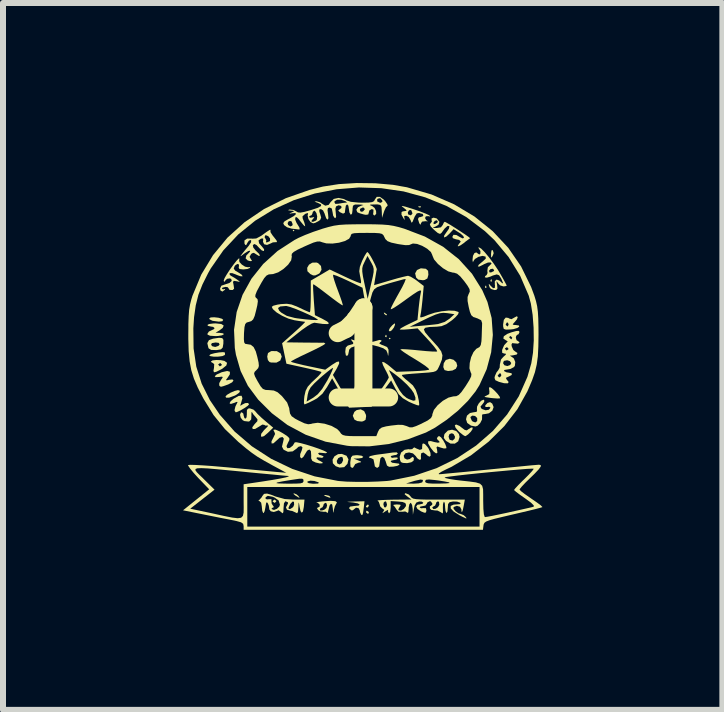
<source format=kicad_pcb>
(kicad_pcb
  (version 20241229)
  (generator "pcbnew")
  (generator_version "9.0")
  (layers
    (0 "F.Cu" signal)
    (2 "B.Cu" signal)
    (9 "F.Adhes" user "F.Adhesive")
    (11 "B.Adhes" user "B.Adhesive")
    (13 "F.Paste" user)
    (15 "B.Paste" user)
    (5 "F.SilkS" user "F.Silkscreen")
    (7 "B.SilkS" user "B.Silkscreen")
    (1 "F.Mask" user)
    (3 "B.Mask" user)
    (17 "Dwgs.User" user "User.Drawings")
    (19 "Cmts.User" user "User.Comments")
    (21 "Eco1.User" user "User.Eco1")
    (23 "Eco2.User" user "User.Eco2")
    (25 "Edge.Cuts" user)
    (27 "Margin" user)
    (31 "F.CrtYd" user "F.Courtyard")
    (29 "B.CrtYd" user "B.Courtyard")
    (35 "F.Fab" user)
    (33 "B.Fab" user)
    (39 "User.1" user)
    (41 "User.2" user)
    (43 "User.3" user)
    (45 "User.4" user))
  (footprint "1"
    (layer "F.Cu")
    (at 3.006 2.895)
    (property "Reference" "1" (at 0 0 0) (layer "F.SilkS") (effects (font (size 1.5 1.5) (thickness 0.3))))
    (attr board_only exclude_from_pos_files exclude_from_bom)
    (fp_poly (pts (xy -1.149 -2.103) (xy -1.164 -2.09) (xy -1.179 -2.103) (xy -1.164 -2.117)) (stroke (width 0) (type solid)) (fill yes) (layer "F.SilkS"))
    (fp_poly (pts (xy 0.454 -0.304) (xy 0.438 -0.291) (xy 0.423 -0.304) (xy 0.438 -0.318)) (stroke (width 0) (type solid)) (fill yes) (layer "F.SilkS"))
    (fp_poly (pts (xy 0.081 -0.388) (xy 0.076 -0.372) (xy 0.06 -0.37) (xy 0.036 -0.38) (xy 0.04 -0.388) (xy 0.076 -0.391)) (stroke (width 0) (type solid)) (fill yes) (layer "F.SilkS"))
    (fp_poly (pts (xy 0.383 -0.362) (xy 0.387 -0.33) (xy 0.383 -0.326) (xy 0.365 -0.33) (xy 0.363 -0.344) (xy 0.374 -0.366)) (stroke (width 0) (type solid)) (fill yes) (layer "F.SilkS"))
    (fp_poly (pts (xy 0.958 -2.505) (xy 0.953 -2.489) (xy 0.937 -2.487) (xy 0.912 -2.497) (xy 0.917 -2.505) (xy 0.953 -2.508)) (stroke (width 0) (type solid)) (fill yes) (layer "F.SilkS"))
    (fp_poly (pts (xy 2.046 -1.182) (xy 2.05 -1.15) (xy 2.046 -1.147) (xy 2.028 -1.15) (xy 2.026 -1.164) (xy 2.037 -1.186)) (stroke (width 0) (type solid)) (fill yes) (layer "F.SilkS"))
    (fp_poly (pts (xy 2.137 -1.288) (xy 2.14 -1.256) (xy 2.137 -1.252) (xy 2.119 -1.256) (xy 2.117 -1.27) (xy 2.128 -1.292)) (stroke (width 0) (type solid)) (fill yes) (layer "F.SilkS"))
    (fp_poly (pts (xy -1.114 2.294) (xy -1.089 2.315) (xy -1.062 2.349) (xy -1.079 2.346) (xy -1.132 2.314) (xy -1.165 2.286) (xy -1.159 2.275)) (stroke (width 0) (type solid)) (fill yes) (layer "F.SilkS"))
    (fp_poly (pts (xy -0.225 -0.379) (xy -0.23 -0.359) (xy -0.255 -0.321) (xy -0.271 -0.328) (xy -0.272 -0.342) (xy -0.25 -0.378) (xy -0.242 -0.383)) (stroke (width 0) (type solid)) (fill yes) (layer "F.SilkS"))
    (fp_poly (pts (xy 0.358 -0.73) (xy 0.39 -0.706) (xy 0.393 -0.7) (xy 0.379 -0.689) (xy 0.349 -0.713) (xy 0.345 -0.718) (xy 0.341 -0.737)) (stroke (width 0) (type solid)) (fill yes) (layer "F.SilkS"))
    (fp_poly (pts (xy -1.452 2.401) (xy -1.451 2.408) (xy -1.474 2.433) (xy -1.482 2.434) (xy -1.511 2.414) (xy -1.512 2.408) (xy -1.489 2.382) (xy -1.482 2.381)) (stroke (width 0) (type solid)) (fill yes) (layer "F.SilkS"))
    (fp_poly (pts (xy -0.575 2.316) (xy -0.559 2.328) (xy -0.548 2.349) (xy -0.565 2.348) (xy -0.62 2.328) (xy -0.658 2.311) (xy -0.641 2.304) (xy -0.629 2.304)) (stroke (width 0) (type solid)) (fill yes) (layer "F.SilkS"))
    (fp_poly (pts (xy -0.221 -0.724) (xy -0.227 -0.714) (xy -0.255 -0.689) (xy -0.261 -0.688) (xy -0.263 -0.705) (xy -0.257 -0.714) (xy -0.229 -0.74) (xy -0.223 -0.741)) (stroke (width 0) (type solid)) (fill yes) (layer "F.SilkS"))
    (fp_poly (pts (xy 0.089 2.586) (xy 0.091 2.593) (xy 0.08 2.619) (xy 0.077 2.619) (xy 0.052 2.601) (xy 0.045 2.593) (xy 0.048 2.569) (xy 0.059 2.566)) (stroke (width 0) (type solid)) (fill yes) (layer "F.SilkS"))
    (fp_poly (pts (xy 0.09 2.481) (xy 0.091 2.487) (xy 0.067 2.513) (xy 0.059 2.514) (xy 0.041 2.497) (xy 0.045 2.487) (xy 0.073 2.462) (xy 0.077 2.461)) (stroke (width 0) (type solid)) (fill yes) (layer "F.SilkS"))
    (fp_poly (pts (xy 2.157 -1.774) (xy 2.171 -1.726) (xy 2.157 -1.689) (xy 2.137 -1.653) (xy 2.128 -1.662) (xy 2.127 -1.715) (xy 2.134 -1.772) (xy 2.154 -1.777)) (stroke (width 0) (type solid)) (fill yes) (layer "F.SilkS"))
    (fp_poly (pts (xy 0.527 -0.535) (xy 0.509 -0.489) (xy 0.474 -0.442) (xy 0.441 -0.422) (xy 0.424 -0.436) (xy 0.424 -0.443) (xy 0.442 -0.48) (xy 0.48 -0.524) (xy 0.516 -0.553) (xy 0.524 -0.556)) (stroke (width 0) (type solid)) (fill yes) (layer "F.SilkS"))
    (fp_poly (pts (xy -2.415 -0.65) (xy -2.357 -0.633) (xy -2.336 -0.615) (xy -2.351 -0.592) (xy -2.41 -0.585) (xy -2.5 -0.597) (xy -2.517 -0.6) (xy -2.562 -0.623) (xy -2.57 -0.639) (xy -2.545 -0.655) (xy -2.486 -0.658)) (stroke (width 0) (type solid)) (fill yes) (layer "F.SilkS"))
    (fp_poly (pts (xy -0.365 -0.534) (xy -0.351 -0.509) (xy -0.325 -0.451) (xy -0.315 -0.43) (xy -0.315 -0.4) (xy -0.325 -0.397) (xy -0.357 -0.418) (xy -0.388 -0.464) (xy -0.417 -0.524) (xy -0.419 -0.55) (xy -0.397 -0.556)) (stroke (width 0) (type solid)) (fill yes) (layer "F.SilkS"))
    (fp_poly (pts (xy 1.041 -1.466) (xy 1.078 -1.432) (xy 1.083 -1.366) (xy 1.066 -1.305) (xy 1.022 -1.28) (xy 0.992 -1.275) (xy 0.915 -1.285) (xy 0.879 -1.319) (xy 0.862 -1.389) (xy 0.893 -1.445) (xy 0.957 -1.474)) (stroke (width 0) (type solid)) (fill yes) (layer "F.SilkS"))
    (fp_poly (pts (xy -2.308 -0.071) (xy -2.306 -0.039) (xy -2.312 -0.028) (xy -2.35 -0.011) (xy -2.418 -0.002) (xy -2.492 -0.001) (xy -2.551 -0.01) (xy -2.57 -0.024) (xy -2.544 -0.042) (xy -2.481 -0.059) (xy -2.405 -0.072) (xy -2.339 -0.077)) (stroke (width 0) (type solid)) (fill yes) (layer "F.SilkS"))
    (fp_poly (pts (xy -2.056 0.568) (xy -2.069 0.598) (xy -2.12 0.635) (xy -2.145 0.648) (xy -2.239 0.682) (xy -2.289 0.682) (xy -2.298 0.662) (xy -2.274 0.635) (xy -2.216 0.6) (xy -2.147 0.57) (xy -2.091 0.556) (xy -2.088 0.556)) (stroke (width 0) (type solid)) (fill yes) (layer "F.SilkS"))
    (fp_poly (pts (xy -1.442 -0.093) (xy -1.381 -0.056) (xy -1.361 -0.002) (xy -1.385 0.063) (xy -1.449 0.098) (xy -1.538 0.096) (xy -1.565 0.088) (xy -1.592 0.055) (xy -1.603 -0.002) (xy -1.59 -0.062) (xy -1.54 -0.092) (xy -1.527 -0.095)) (stroke (width 0) (type solid)) (fill yes) (layer "F.SilkS"))
    (fp_poly (pts (xy 0.012 0.905) (xy 0.043 0.969) (xy 0.045 0.995) (xy 0.035 1.052) (xy -0.007 1.076) (xy -0.033 1.08) (xy -0.106 1.071) (xy -0.149 1.048) (xy -0.177 0.983) (xy -0.151 0.919) (xy -0.113 0.889) (xy -0.045 0.876)) (stroke (width 0) (type solid)) (fill yes) (layer "F.SilkS"))
    (fp_poly (pts (xy -0.756 -1.561) (xy -0.707 -1.513) (xy -0.698 -1.449) (xy -0.73 -1.392) (xy -0.754 -1.377) (xy -0.805 -1.355) (xy -0.839 -1.356) (xy -0.884 -1.378) (xy -0.933 -1.425) (xy -0.937 -1.482) (xy -0.907 -1.534) (xy -0.852 -1.568) (xy -0.782 -1.57)) (stroke (width 0) (type solid)) (fill yes) (layer "F.SilkS"))
    (fp_poly (pts (xy 1.503 0.051) (xy 1.549 0.095) (xy 1.564 0.151) (xy 1.541 0.2) (xy 1.485 0.229) (xy 1.411 0.238) (xy 1.354 0.223) (xy 1.351 0.22) (xy 1.331 0.172) (xy 1.339 0.108) (xy 1.371 0.057) (xy 1.374 0.054) (xy 1.44 0.033)) (stroke (width 0) (type solid)) (fill yes) (layer "F.SilkS"))
    (fp_poly (pts (xy 1.6 1.152) (xy 1.631 1.176) (xy 1.688 1.219) (xy 1.723 1.227) (xy 1.753 1.205) (xy 1.796 1.179) (xy 1.82 1.18) (xy 1.819 1.206) (xy 1.79 1.249) (xy 1.746 1.293) (xy 1.705 1.321) (xy 1.694 1.323) (xy 1.663 1.306) (xy 1.608 1.262) (xy 1.59 1.246) (xy 1.536 1.184) (xy 1.523 1.142) (xy 1.546 1.129)) (stroke (width 0) (type solid)) (fill yes) (layer "F.SilkS"))
    (fp_poly (pts (xy 2.14 0.524) (xy 2.188 0.567) (xy 2.237 0.62) (xy 2.271 0.666) (xy 2.278 0.692) (xy 2.276 0.693) (xy 2.234 0.696) (xy 2.156 0.69) (xy 2.117 0.686) (xy 2.039 0.674) (xy 2.016 0.664) (xy 2.04 0.652) (xy 2.048 0.649) (xy 2.097 0.622) (xy 2.1 0.572) (xy 2.098 0.566) (xy 2.093 0.519) (xy 2.106 0.505)) (stroke (width 0) (type solid)) (fill yes) (layer "F.SilkS"))
    (fp_poly (pts (xy -0.03 1.649) (xy -0.002 1.668) (xy -0.023 1.687) (xy -0.083 1.695) (xy -0.166 1.697) (xy -0.091 1.726) (xy -0.039 1.748) (xy -0.041 1.758) (xy -0.083 1.766) (xy -0.136 1.788) (xy -0.151 1.814) (xy -0.173 1.848) (xy -0.19 1.852) (xy -0.215 1.832) (xy -0.219 1.767) (xy -0.217 1.746) (xy -0.206 1.678) (xy -0.181 1.648) (xy -0.127 1.641) (xy -0.103 1.64)) (stroke (width 0) (type solid)) (fill yes) (layer "F.SilkS"))
    (fp_poly (pts (xy -0.281 1.65) (xy -0.249 1.71) (xy -0.266 1.784) (xy -0.32 1.84) (xy -0.397 1.847) (xy -0.461 1.824) (xy -0.509 1.775) (xy -0.512 1.736) (xy -0.444 1.736) (xy -0.436 1.776) (xy -0.399 1.795) (xy -0.36 1.773) (xy -0.338 1.724) (xy -0.346 1.677) (xy -0.373 1.667) (xy -0.419 1.689) (xy -0.444 1.736) (xy -0.512 1.736) (xy -0.514 1.715) (xy -0.482 1.659) (xy -0.422 1.623) (xy -0.36 1.619)) (stroke (width 0) (type solid)) (fill yes) (layer "F.SilkS"))
    (fp_poly (pts (xy 1.546 1.237) (xy 1.592 1.288) (xy 1.603 1.336) (xy 1.58 1.409) (xy 1.524 1.448) (xy 1.451 1.447) (xy 1.376 1.402) (xy 1.339 1.352) (xy 1.343 1.33) (xy 1.419 1.33) (xy 1.433 1.376) (xy 1.442 1.385) (xy 1.485 1.397) (xy 1.519 1.368) (xy 1.527 1.334) (xy 1.503 1.288) (xy 1.474 1.275) (xy 1.435 1.288) (xy 1.419 1.33) (xy 1.343 1.33) (xy 1.347 1.299) (xy 1.355 1.283) (xy 1.408 1.23) (xy 1.478 1.216)) (stroke (width 0) (type solid)) (fill yes) (layer "F.SilkS"))
    (fp_poly (pts (xy -2.369 -0.546) (xy -2.328 -0.52) (xy -2.345 -0.48) (xy -2.396 -0.441) (xy -2.464 -0.4) (xy -2.396 -0.398) (xy -2.336 -0.39) (xy -2.326 -0.374) (xy -2.358 -0.357) (xy -2.423 -0.346) (xy -2.464 -0.344) (xy -2.556 -0.35) (xy -2.596 -0.368) (xy -2.6 -0.382) (xy -2.575 -0.42) (xy -2.54 -0.437) (xy -2.491 -0.46) (xy -2.48 -0.478) (xy -2.505 -0.498) (xy -2.54 -0.503) (xy -2.589 -0.514) (xy -2.6 -0.529) (xy -2.573 -0.545) (xy -2.505 -0.554) (xy -2.464 -0.556)) (stroke (width 0) (type solid)) (fill yes) (layer "F.SilkS"))
    (fp_poly (pts (xy 1.294 1.344) (xy 1.331 1.395) (xy 1.364 1.455) (xy 1.383 1.506) (xy 1.381 1.526) (xy 1.342 1.529) (xy 1.285 1.513) (xy 1.231 1.495) (xy 1.218 1.51) (xy 1.227 1.548) (xy 1.233 1.6) (xy 1.212 1.611) (xy 1.171 1.581) (xy 1.121 1.518) (xy 1.079 1.445) (xy 1.079 1.409) (xy 1.123 1.405) (xy 1.18 1.421) (xy 1.243 1.433) (xy 1.272 1.424) (xy 1.256 1.399) (xy 1.239 1.389) (xy 1.224 1.358) (xy 1.245 1.328) (xy 1.265 1.323)) (stroke (width 0) (type solid)) (fill yes) (layer "F.SilkS"))
    (fp_poly (pts (xy -2.353 -0.311) (xy -2.333 -0.282) (xy -2.334 -0.222) (xy -2.334 -0.218) (xy -2.345 -0.153) (xy -2.374 -0.123) (xy -2.44 -0.112) (xy -2.453 -0.111) (xy -2.537 -0.114) (xy -2.578 -0.139) (xy -2.582 -0.146) (xy -2.595 -0.199) (xy -2.538 -0.199) (xy -2.519 -0.175) (xy -2.469 -0.163) (xy -2.416 -0.181) (xy -2.396 -0.205) (xy -2.411 -0.231) (xy -2.462 -0.238) (xy -2.526 -0.227) (xy -2.538 -0.199) (xy -2.595 -0.199) (xy -2.601 -0.227) (xy -2.574 -0.277) (xy -2.506 -0.301) (xy -2.406 -0.316)) (stroke (width 0) (type solid)) (fill yes) (layer "F.SilkS"))
    (fp_poly (pts (xy -2.225 0.25) (xy -2.226 0.293) (xy -2.259 0.344) (xy -2.289 0.385) (xy -2.279 0.394) (xy -2.244 0.385) (xy -2.183 0.378) (xy -2.165 0.396) (xy -2.189 0.427) (xy -2.252 0.461) (xy -2.255 0.462) (xy -2.333 0.49) (xy -2.372 0.5) (xy -2.391 0.493) (xy -2.403 0.477) (xy -2.402 0.439) (xy -2.374 0.388) (xy -2.344 0.344) (xy -2.355 0.331) (xy -2.403 0.337) (xy -2.464 0.34) (xy -2.477 0.324) (xy -2.444 0.295) (xy -2.37 0.262) (xy -2.361 0.258) (xy -2.27 0.237)) (stroke (width 0) (type solid)) (fill yes) (layer "F.SilkS"))
    (fp_poly (pts (xy -2.375 0.057) (xy -2.316 0.069) (xy -2.272 0.101) (xy -2.284 0.145) (xy -2.349 0.198) (xy -2.37 0.21) (xy -2.45 0.25) (xy -2.49 0.259) (xy -2.499 0.234) (xy -2.49 0.185) (xy -2.487 0.132) (xy -2.419 0.132) (xy -2.396 0.158) (xy -2.389 0.159) (xy -2.359 0.139) (xy -2.359 0.132) (xy -2.382 0.107) (xy -2.389 0.106) (xy -2.418 0.126) (xy -2.419 0.132) (xy -2.487 0.132) (xy -2.486 0.125) (xy -2.506 0.106) (xy -2.538 0.088) (xy -2.54 0.079) (xy -2.514 0.061) (xy -2.451 0.054)) (stroke (width 0) (type solid)) (fill yes) (layer "F.SilkS"))
    (fp_poly (pts (xy -2.016 0.691) (xy -2.039 0.772) (xy -2.042 0.781) (xy -2.054 0.816) (xy -2.034 0.808) (xy -2.024 0.8) (xy -1.971 0.773) (xy -1.923 0.77) (xy -1.905 0.792) (xy -1.928 0.818) (xy -1.983 0.856) (xy -2.05 0.895) (xy -2.108 0.921) (xy -2.128 0.926) (xy -2.145 0.904) (xy -2.147 0.885) (xy -2.133 0.828) (xy -2.114 0.79) (xy -2.096 0.753) (xy -2.116 0.753) (xy -2.147 0.767) (xy -2.21 0.787) (xy -2.231 0.775) (xy -2.21 0.739) (xy -2.162 0.699) (xy -2.08 0.653) (xy -2.03 0.65)) (stroke (width 0) (type solid)) (fill yes) (layer "F.SilkS"))
    (fp_poly (pts (xy 0.007 2.507) (xy -0.004 2.59) (xy -0.013 2.63) (xy -0.026 2.638) (xy -0.038 2.63) (xy -0.057 2.589) (xy -0.06 2.562) (xy -0.081 2.523) (xy -0.123 2.515) (xy -0.157 2.542) (xy -0.158 2.545) (xy -0.188 2.562) (xy -0.206 2.556) (xy -0.241 2.523) (xy -0.221 2.497) (xy -0.153 2.487) (xy -0.151 2.487) (xy -0.08 2.48) (xy -0.062 2.463) (xy -0.093 2.444) (xy -0.169 2.429) (xy -0.189 2.427) (xy -0.255 2.421) (xy -0.269 2.418) (xy -0.227 2.415) (xy -0.15 2.412) (xy 0.018 2.408)) (stroke (width 0) (type solid)) (fill yes) (layer "F.SilkS"))
    (fp_poly (pts (xy 2.572 -0.661) (xy 2.558 -0.623) (xy 2.52 -0.578) (xy 2.488 -0.542) (xy 2.503 -0.53) (xy 2.538 -0.529) (xy 2.591 -0.521) (xy 2.597 -0.502) (xy 2.564 -0.479) (xy 2.5 -0.46) (xy 2.454 -0.455) (xy 2.375 -0.452) (xy 2.339 -0.464) (xy 2.329 -0.504) (xy 2.328 -0.537) (xy 2.371 -0.537) (xy 2.375 -0.527) (xy 2.404 -0.504) (xy 2.418 -0.531) (xy 2.419 -0.544) (xy 2.404 -0.571) (xy 2.388 -0.569) (xy 2.371 -0.537) (xy 2.328 -0.537) (xy 2.328 -0.539) (xy 2.34 -0.615) (xy 2.372 -0.653) (xy 2.416 -0.647) (xy 2.427 -0.638) (xy 2.468 -0.626) (xy 2.515 -0.653) (xy 2.557 -0.675)) (stroke (width 0) (type solid)) (fill yes) (layer "F.SilkS"))
    (fp_poly (pts (xy -0.188 -0.286) (xy -0.166 -0.278) (xy -0.067 -0.254) (xy 0.049 -0.244) (xy 0.154 -0.249) (xy 0.211 -0.264) (xy 0.266 -0.28) (xy 0.3 -0.275) (xy 0.298 -0.255) (xy 0.276 -0.24) (xy 0.265 -0.22) (xy 0.308 -0.197) (xy 0.33 -0.19) (xy 0.395 -0.162) (xy 0.418 -0.119) (xy 0.419 -0.074) (xy 0.415 -0.021) (xy 0.41 -0.018) (xy 0.402 -0.058) (xy 0.382 -0.106) (xy 0.332 -0.141) (xy 0.25 -0.17) (xy 0.13 -0.201) (xy 0.036 -0.209) (xy -0.062 -0.196) (xy -0.125 -0.181) (xy -0.204 -0.153) (xy -0.238 -0.117) (xy -0.242 -0.09) (xy -0.254 -0.036) (xy -0.272 -0.013) (xy -0.293 -0.024) (xy -0.302 -0.078) (xy -0.302 -0.088) (xy -0.294 -0.153) (xy -0.261 -0.186) (xy -0.224 -0.197) (xy -0.171 -0.213) (xy -0.17 -0.237) (xy -0.186 -0.257) (xy -0.21 -0.288)) (stroke (width 0) (type solid)) (fill yes) (layer "F.SilkS"))
    (fp_poly (pts (xy 0.575 1.611) (xy 0.549 1.635) (xy 0.514 1.64) (xy 0.465 1.652) (xy 0.454 1.669) (xy 0.477 1.685) (xy 0.514 1.68) (xy 0.563 1.678) (xy 0.575 1.692) (xy 0.549 1.714) (xy 0.514 1.72) (xy 0.465 1.731) (xy 0.454 1.746) (xy 0.479 1.766) (xy 0.529 1.773) (xy 0.591 1.781) (xy 0.601 1.799) (xy 0.563 1.819) (xy 0.499 1.831) (xy 0.427 1.834) (xy 0.393 1.813) (xy 0.375 1.757) (xy 0.375 1.754) (xy 0.347 1.686) (xy 0.312 1.667) (xy 0.283 1.694) (xy 0.272 1.759) (xy 0.262 1.828) (xy 0.231 1.852) (xy 0.227 1.852) (xy 0.191 1.828) (xy 0.181 1.773) (xy 0.168 1.71) (xy 0.136 1.693) (xy 0.096 1.681) (xy 0.091 1.67) (xy 0.118 1.654) (xy 0.187 1.638) (xy 0.246 1.629) (xy 0.356 1.615) (xy 0.454 1.601) (xy 0.488 1.596) (xy 0.554 1.593)) (stroke (width 0) (type solid)) (fill yes) (layer "F.SilkS"))
    (fp_poly (pts (xy -0.467 2.407) (xy -0.441 2.427) (xy -0.45 2.444) (xy -0.475 2.491) (xy -0.492 2.553) (xy -0.5 2.596) (xy -0.505 2.593) (xy -0.509 2.539) (xy -0.51 2.528) (xy -0.52 2.464) (xy -0.541 2.449) (xy -0.564 2.48) (xy -0.583 2.553) (xy -0.593 2.599) (xy -0.6 2.604) (xy -0.6 2.602) (xy -0.628 2.582) (xy -0.66 2.584) (xy -0.723 2.576) (xy -0.754 2.555) (xy -0.763 2.54) (xy -0.726 2.54) (xy -0.718 2.563) (xy -0.684 2.56) (xy -0.653 2.55) (xy -0.618 2.521) (xy -0.605 2.477) (xy -0.616 2.441) (xy -0.635 2.434) (xy -0.662 2.456) (xy -0.665 2.474) (xy -0.682 2.509) (xy -0.695 2.514) (xy -0.725 2.534) (xy -0.726 2.54) (xy -0.763 2.54) (xy -0.775 2.521) (xy -0.76 2.514) (xy -0.728 2.497) (xy -0.73 2.463) (xy -0.76 2.435) (xy -0.779 2.43) (xy -0.783 2.425) (xy -0.737 2.417) (xy -0.68 2.41) (xy -0.548 2.401)) (stroke (width 0) (type solid)) (fill yes) (layer "F.SilkS"))
    (fp_poly (pts (xy 1.025 1.455) (xy 1.067 1.502) (xy 1.087 1.532) (xy 1.117 1.601) (xy 1.12 1.649) (xy 1.1 1.666) (xy 1.062 1.643) (xy 1.046 1.626) (xy 0.999 1.595) (xy 0.963 1.609) (xy 0.957 1.658) (xy 0.959 1.667) (xy 0.959 1.71) (xy 0.933 1.717) (xy 0.895 1.689) (xy 0.872 1.655) (xy 0.826 1.611) (xy 0.761 1.595) (xy 0.702 1.607) (xy 0.671 1.648) (xy 0.684 1.692) (xy 0.727 1.714) (xy 0.775 1.704) (xy 0.788 1.691) (xy 0.82 1.669) (xy 0.841 1.687) (xy 0.836 1.732) (xy 0.836 1.732) (xy 0.797 1.759) (xy 0.728 1.773) (xy 0.658 1.769) (xy 0.625 1.755) (xy 0.61 1.718) (xy 0.605 1.663) (xy 0.628 1.596) (xy 0.685 1.551) (xy 0.755 1.54) (xy 0.771 1.544) (xy 0.815 1.539) (xy 0.825 1.526) (xy 0.847 1.51) (xy 0.886 1.53) (xy 0.94 1.552) (xy 0.978 1.538) (xy 0.979 1.497) (xy 0.979 1.497) (xy 0.983 1.455) (xy 0.995 1.444)) (stroke (width 0) (type solid)) (fill yes) (layer "F.SilkS"))
    (fp_poly (pts (xy -1.832 0.881) (xy -1.802 0.909) (xy -1.763 0.954) (xy -1.695 1.019) (xy -1.636 1.07) (xy -1.503 1.182) (xy -1.594 1.27) (xy -1.657 1.323) (xy -1.695 1.334) (xy -1.707 1.325) (xy -1.703 1.284) (xy -1.656 1.223) (xy -1.644 1.211) (xy -1.599 1.166) (xy -1.586 1.146) (xy -1.593 1.147) (xy -1.637 1.146) (xy -1.649 1.136) (xy -1.684 1.13) (xy -1.74 1.165) (xy -1.804 1.203) (xy -1.845 1.205) (xy -1.852 1.176) (xy -1.813 1.123) (xy -1.812 1.122) (xy -1.768 1.075) (xy -1.765 1.043) (xy -1.79 1.012) (xy -1.836 0.958) (xy -1.855 0.926) (xy -1.865 0.922) (xy -1.867 0.961) (xy -1.866 0.978) (xy -1.87 1.045) (xy -1.898 1.075) (xy -1.914 1.08) (xy -1.983 1.072) (xy -2.012 1.057) (xy -2.045 1.015) (xy -2.056 0.966) (xy -2.042 0.931) (xy -2.026 0.926) (xy -2.001 0.948) (xy -1.996 0.979) (xy -1.983 1.022) (xy -1.965 1.032) (xy -1.947 1.009) (xy -1.942 0.953) (xy -1.943 0.946) (xy -1.941 0.885) (xy -1.916 0.862) (xy -1.893 0.86)) (stroke (width 0) (type solid)) (fill yes) (layer "F.SilkS"))
    (fp_poly (pts (xy 2.013 0.721) (xy 2.013 0.752) (xy 1.985 0.79) (xy 1.951 0.83) (xy 1.962 0.858) (xy 1.979 0.872) (xy 2.036 0.892) (xy 2.09 0.883) (xy 2.117 0.851) (xy 2.117 0.848) (xy 2.095 0.833) (xy 2.071 0.837) (xy 2.033 0.837) (xy 2.031 0.81) (xy 2.067 0.771) (xy 2.067 0.77) (xy 2.111 0.756) (xy 2.147 0.781) (xy 2.17 0.839) (xy 2.148 0.899) (xy 2.092 0.942) (xy 2.038 0.953) (xy 1.983 0.96) (xy 1.975 0.987) (xy 1.978 0.996) (xy 1.976 1.047) (xy 1.946 1.106) (xy 1.901 1.151) (xy 1.867 1.162) (xy 1.804 1.15) (xy 1.791 1.147) (xy 1.73 1.103) (xy 1.71 1.042) (xy 1.717 1.013) (xy 1.784 1.013) (xy 1.804 1.061) (xy 1.82 1.079) (xy 1.865 1.095) (xy 1.896 1.072) (xy 1.896 1.024) (xy 1.895 1.02) (xy 1.861 0.987) (xy 1.815 0.981) (xy 1.786 1.002) (xy 1.784 1.013) (xy 1.717 1.013) (xy 1.726 0.981) (xy 1.776 0.938) (xy 1.833 0.926) (xy 1.887 0.918) (xy 1.895 0.888) (xy 1.891 0.877) (xy 1.894 0.831) (xy 1.922 0.778) (xy 1.961 0.734) (xy 1.999 0.716)) (stroke (width 0) (type solid)) (fill yes) (layer "F.SilkS"))
    (fp_poly (pts (xy 0.704 -2.5) (xy 0.807 -2.468) (xy 0.829 -2.461) (xy 0.943 -2.422) (xy 1.036 -2.386) (xy 1.093 -2.36) (xy 1.101 -2.354) (xy 1.114 -2.336) (xy 1.081 -2.343) (xy 1.04 -2.34) (xy 1.027 -2.311) (xy 1.047 -2.276) (xy 1.066 -2.264) (xy 1.072 -2.256) (xy 1.037 -2.259) (xy 0.978 -2.252) (xy 0.961 -2.226) (xy 0.95 -2.199) (xy 0.934 -2.22) (xy 0.929 -2.231) (xy 0.909 -2.295) (xy 0.925 -2.324) (xy 0.953 -2.328) (xy 0.993 -2.343) (xy 0.998 -2.355) (xy 0.988 -2.381) (xy 0.985 -2.381) (xy 0.95 -2.389) (xy 0.928 -2.396) (xy 0.889 -2.389) (xy 0.854 -2.335) (xy 0.844 -2.31) (xy 0.819 -2.249) (xy 0.804 -2.233) (xy 0.792 -2.258) (xy 0.787 -2.275) (xy 0.755 -2.329) (xy 0.717 -2.35) (xy 0.68 -2.345) (xy 0.683 -2.31) (xy 0.691 -2.279) (xy 0.675 -2.296) (xy 0.67 -2.303) (xy 0.634 -2.368) (xy 0.636 -2.407) (xy 0.74 -2.407) (xy 0.745 -2.373) (xy 0.748 -2.371) (xy 0.791 -2.356) (xy 0.816 -2.384) (xy 0.816 -2.393) (xy 0.8 -2.437) (xy 0.789 -2.446) (xy 0.76 -2.44) (xy 0.74 -2.407) (xy 0.636 -2.407) (xy 0.636 -2.412) (xy 0.658 -2.423) (xy 0.71 -2.43) (xy 0.718 -2.431) (xy 0.713 -2.448) (xy 0.671 -2.483) (xy 0.665 -2.487) (xy 0.638 -2.509) (xy 0.649 -2.513)) (stroke (width 0) (type solid)) (fill yes) (layer "F.SilkS"))
    (fp_poly (pts (xy -2.066 -1.624) (xy -2.071 -1.615) (xy -2.066 -1.579) (xy -2.026 -1.536) (xy -1.972 -1.501) (xy -1.921 -1.491) (xy -1.916 -1.493) (xy -1.887 -1.493) (xy -1.89 -1.481) (xy -1.931 -1.463) (xy -2.001 -1.455) (xy -2.065 -1.462) (xy -2.079 -1.485) (xy -2.076 -1.494) (xy -2.073 -1.537) (xy -2.101 -1.547) (xy -2.139 -1.52) (xy -2.146 -1.509) (xy -2.161 -1.469) (xy -2.137 -1.436) (xy -2.088 -1.407) (xy -2.032 -1.371) (xy -2.013 -1.344) (xy -2.015 -1.341) (xy -2.051 -1.342) (xy -2.114 -1.365) (xy -2.12 -1.369) (xy -2.185 -1.393) (xy -2.227 -1.394) (xy -2.229 -1.392) (xy -2.228 -1.365) (xy -2.207 -1.349) (xy -2.148 -1.315) (xy -2.102 -1.284) (xy -2.061 -1.253) (xy -2.07 -1.249) (xy -2.112 -1.258) (xy -2.16 -1.265) (xy -2.173 -1.245) (xy -2.163 -1.193) (xy -2.155 -1.134) (xy -2.179 -1.112) (xy -2.23 -1.114) (xy -2.246 -1.135) (xy -2.245 -1.14) (xy -2.264 -1.16) (xy -2.298 -1.164) (xy -2.347 -1.152) (xy -2.359 -1.136) (xy -2.339 -1.122) (xy -2.324 -1.127) (xy -2.303 -1.13) (xy -2.31 -1.115) (xy -2.35 -1.086) (xy -2.382 -1.104) (xy -2.389 -1.138) (xy -2.367 -1.184) (xy -2.3 -1.207) (xy -2.23 -1.231) (xy -2.194 -1.264) (xy -2.203 -1.296) (xy -2.224 -1.306) (xy -2.272 -1.299) (xy -2.296 -1.276) (xy -2.32 -1.246) (xy -2.327 -1.263) (xy -2.327 -1.273) (xy -2.313 -1.311) (xy -2.275 -1.376) (xy -2.223 -1.455) (xy -2.167 -1.533) (xy -2.116 -1.598) (xy -2.079 -1.636) (xy -2.07 -1.64)) (stroke (width 0) (type solid)) (fill yes) (layer "F.SilkS"))
    (fp_poly (pts (xy -1.463 1.215) (xy -1.4 1.242) (xy -1.345 1.273) (xy -1.269 1.323) (xy -1.235 1.356) (xy -1.234 1.388) (xy -1.256 1.431) (xy -1.282 1.49) (xy -1.269 1.521) (xy -1.265 1.524) (xy -1.225 1.519) (xy -1.177 1.481) (xy -1.143 1.426) (xy -1.113 1.425) (xy -1.043 1.44) (xy -0.947 1.466) (xy -0.841 1.499) (xy -0.74 1.534) (xy -0.658 1.566) (xy -0.611 1.59) (xy -0.605 1.597) (xy -0.63 1.608) (xy -0.68 1.603) (xy -0.738 1.599) (xy -0.756 1.613) (xy -0.731 1.637) (xy -0.711 1.64) (xy -0.67 1.656) (xy -0.665 1.669) (xy -0.689 1.685) (xy -0.726 1.68) (xy -0.775 1.676) (xy -0.782 1.695) (xy -0.747 1.725) (xy -0.72 1.738) (xy -0.678 1.762) (xy -0.684 1.776) (xy -0.728 1.778) (xy -0.794 1.763) (xy -0.851 1.736) (xy -0.871 1.694) (xy -0.87 1.645) (xy -0.875 1.572) (xy -0.9 1.545) (xy -0.937 1.565) (xy -0.967 1.613) (xy -1 1.668) (xy -1.03 1.693) (xy -1.032 1.693) (xy -1.055 1.672) (xy -1.053 1.622) (xy -1.028 1.561) (xy -1.015 1.511) (xy -1.039 1.489) (xy -1.083 1.501) (xy -1.113 1.53) (xy -1.178 1.577) (xy -1.258 1.584) (xy -1.328 1.55) (xy -1.332 1.546) (xy -1.357 1.498) (xy -1.342 1.434) (xy -1.34 1.428) (xy -1.326 1.364) (xy -1.349 1.337) (xy -1.395 1.349) (xy -1.448 1.397) (xy -1.499 1.443) (xy -1.53 1.445) (xy -1.532 1.409) (xy -1.502 1.35) (xy -1.472 1.287) (xy -1.482 1.257) (xy -1.499 1.225) (xy -1.495 1.215)) (stroke (width 0) (type solid)) (fill yes) (layer "F.SilkS"))
    (fp_poly (pts (xy 1.218 -2.306) (xy 1.226 -2.301) (xy 1.267 -2.248) (xy 1.25 -2.198) (xy 1.202 -2.17) (xy 1.159 -2.153) (xy 1.168 -2.147) (xy 1.22 -2.145) (xy 1.292 -2.157) (xy 1.322 -2.196) (xy 1.342 -2.239) (xy 1.357 -2.249) (xy 1.386 -2.234) (xy 1.448 -2.198) (xy 1.529 -2.147) (xy 1.615 -2.091) (xy 1.695 -2.038) (xy 1.753 -1.997) (xy 1.778 -1.976) (xy 1.778 -1.975) (xy 1.752 -1.956) (xy 1.697 -1.915) (xy 1.671 -1.893) (xy 1.612 -1.853) (xy 1.577 -1.84) (xy 1.572 -1.846) (xy 1.595 -1.886) (xy 1.603 -1.892) (xy 1.622 -1.921) (xy 1.595 -1.947) (xy 1.54 -1.958) (xy 1.492 -1.975) (xy 1.482 -1.998) (xy 1.5 -2.032) (xy 1.549 -2.029) (xy 1.605 -1.996) (xy 1.653 -1.972) (xy 1.676 -1.981) (xy 1.665 -2.011) (xy 1.617 -2.054) (xy 1.598 -2.066) (xy 1.503 -2.126) (xy 1.433 -2.05) (xy 1.383 -2.004) (xy 1.348 -1.989) (xy 1.343 -1.991) (xy 1.347 -2.021) (xy 1.381 -2.071) (xy 1.387 -2.079) (xy 1.425 -2.134) (xy 1.433 -2.174) (xy 1.431 -2.177) (xy 1.402 -2.18) (xy 1.354 -2.137) (xy 1.301 -2.064) (xy 1.277 -2.047) (xy 1.24 -2.062) (xy 1.179 -2.113) (xy 1.178 -2.114) (xy 1.12 -2.174) (xy 1.107 -2.21) (xy 1.119 -2.223) (xy 1.129 -2.237) (xy 1.169 -2.237) (xy 1.17 -2.21) (xy 1.196 -2.213) (xy 1.235 -2.239) (xy 1.24 -2.252) (xy 1.223 -2.275) (xy 1.19 -2.264) (xy 1.169 -2.237) (xy 1.129 -2.237) (xy 1.142 -2.256) (xy 1.137 -2.271) (xy 1.135 -2.304) (xy 1.169 -2.318)) (stroke (width 0) (type solid)) (fill yes) (layer "F.SilkS"))
    (fp_poly (pts (xy 1.962 -1.802) (xy 2.021 -1.743) (xy 2.092 -1.658) (xy 2.169 -1.556) (xy 2.241 -1.449) (xy 2.281 -1.382) (xy 2.332 -1.293) (xy 2.369 -1.225) (xy 2.388 -1.188) (xy 2.389 -1.185) (xy 2.364 -1.175) (xy 2.332 -1.172) (xy 2.276 -1.19) (xy 2.243 -1.226) (xy 2.223 -1.257) (xy 2.219 -1.245) (xy 2.228 -1.197) (xy 2.234 -1.138) (xy 2.216 -1.115) (xy 2.184 -1.111) (xy 2.126 -1.13) (xy 2.105 -1.153) (xy 2.088 -1.203) (xy 2.095 -1.212) (xy 2.119 -1.184) (xy 2.161 -1.143) (xy 2.19 -1.147) (xy 2.193 -1.192) (xy 2.19 -1.201) (xy 2.19 -1.26) (xy 2.22 -1.286) (xy 2.267 -1.269) (xy 2.284 -1.253) (xy 2.318 -1.221) (xy 2.325 -1.234) (xy 2.304 -1.286) (xy 2.293 -1.308) (xy 2.261 -1.358) (xy 2.222 -1.372) (xy 2.158 -1.354) (xy 2.115 -1.335) (xy 2.057 -1.318) (xy 2.024 -1.323) (xy 2.029 -1.344) (xy 2.053 -1.361) (xy 2.069 -1.395) (xy 2.065 -1.43) (xy 2.065 -1.433) (xy 2.093 -1.433) (xy 2.102 -1.406) (xy 2.13 -1.406) (xy 2.173 -1.427) (xy 2.179 -1.442) (xy 2.158 -1.467) (xy 2.119 -1.461) (xy 2.093 -1.433) (xy 2.065 -1.433) (xy 2.074 -1.492) (xy 2.102 -1.519) (xy 2.136 -1.552) (xy 2.121 -1.572) (xy 2.076 -1.57) (xy 2.009 -1.542) (xy 1.996 -1.534) (xy 1.932 -1.503) (xy 1.907 -1.505) (xy 1.923 -1.534) (xy 1.98 -1.582) (xy 1.986 -1.586) (xy 2.039 -1.635) (xy 2.036 -1.669) (xy 1.985 -1.681) (xy 1.917 -1.665) (xy 1.858 -1.629) (xy 1.835 -1.596) (xy 1.825 -1.574) (xy 1.819 -1.603) (xy 1.818 -1.614) (xy 1.826 -1.682) (xy 1.85 -1.727) (xy 1.881 -1.739) (xy 1.901 -1.724) (xy 1.931 -1.703) (xy 1.949 -1.718) (xy 1.95 -1.761) (xy 1.934 -1.787) (xy 1.915 -1.818) (xy 1.924 -1.824)) (stroke (width 0) (type solid)) (fill yes) (layer "F.SilkS"))
    (fp_poly (pts (xy -1.547 -2.104) (xy -1.551 -2.1) (xy -1.546 -2.071) (xy -1.511 -2.018) (xy -1.488 -1.99) (xy -1.446 -1.935) (xy -1.44 -1.91) (xy -1.452 -1.91) (xy -1.509 -1.906) (xy -1.545 -1.888) (xy -1.606 -1.863) (xy -1.655 -1.875) (xy -1.674 -1.917) (xy -1.671 -1.934) (xy -1.67 -1.971) (xy -1.705 -1.969) (xy -1.705 -1.969) (xy -1.748 -1.938) (xy -1.738 -1.89) (xy -1.691 -1.837) (xy -1.655 -1.791) (xy -1.657 -1.763) (xy -1.658 -1.762) (xy -1.692 -1.771) (xy -1.736 -1.812) (xy -1.736 -1.813) (xy -1.78 -1.86) (xy -1.815 -1.879) (xy -1.843 -1.861) (xy -1.835 -1.82) (xy -1.796 -1.77) (xy -1.784 -1.759) (xy -1.739 -1.715) (xy -1.724 -1.685) (xy -1.742 -1.68) (xy -1.78 -1.703) (xy -1.826 -1.732) (xy -1.858 -1.723) (xy -1.874 -1.707) (xy -1.897 -1.665) (xy -1.875 -1.627) (xy -1.856 -1.596) (xy -1.887 -1.593) (xy -1.928 -1.605) (xy -1.963 -1.639) (xy -1.951 -1.688) (xy -1.919 -1.72) (xy -1.889 -1.753) (xy -1.889 -1.768) (xy -1.92 -1.761) (xy -1.974 -1.727) (xy -1.987 -1.718) (xy -2.037 -1.68) (xy -2.049 -1.677) (xy -2.026 -1.708) (xy -2.025 -1.71) (xy -1.976 -1.771) (xy -1.917 -1.842) (xy -1.912 -1.848) (xy -1.872 -1.908) (xy -1.871 -1.942) (xy -1.874 -1.945) (xy -1.907 -1.936) (xy -1.932 -1.9) (xy -1.954 -1.859) (xy -1.97 -1.865) (xy -1.982 -1.888) (xy -1.982 -1.939) (xy -1.937 -1.969) (xy -1.859 -1.969) (xy -1.852 -1.967) (xy -1.786 -1.971) (xy -1.748 -1.991) (xy -1.647 -1.991) (xy -1.635 -1.973) (xy -1.617 -1.935) (xy -1.623 -1.922) (xy -1.62 -1.906) (xy -1.609 -1.905) (xy -1.564 -1.924) (xy -1.556 -1.933) (xy -1.556 -1.971) (xy -1.585 -2.009) (xy -1.625 -2.025) (xy -1.638 -2.021) (xy -1.647 -1.991) (xy -1.748 -1.991) (xy -1.705 -2.014) (xy -1.677 -2.034) (xy -1.61 -2.083) (xy -1.562 -2.113) (xy -1.551 -2.117)) (stroke (width 0) (type solid)) (fill yes) (layer "F.SilkS"))
    (fp_poly (pts (xy -1.522 2.305) (xy -1.467 2.328) (xy -1.312 2.371) (xy -1.165 2.381) (xy -0.982 2.381) (xy -0.993 2.503) (xy -1.007 2.577) (xy -1.027 2.599) (xy -1.048 2.572) (xy -1.065 2.495) (xy -1.066 2.487) (xy -1.074 2.436) (xy -1.079 2.431) (xy -1.082 2.476) (xy -1.084 2.512) (xy -1.09 2.583) (xy -1.104 2.608) (xy -1.125 2.598) (xy -1.186 2.57) (xy -1.214 2.566) (xy -1.274 2.549) (xy -1.285 2.523) (xy -1.251 2.523) (xy -1.239 2.537) (xy -1.215 2.535) (xy -1.171 2.505) (xy -1.155 2.467) (xy -1.157 2.418) (xy -1.18 2.413) (xy -1.217 2.452) (xy -1.23 2.476) (xy -1.251 2.523) (xy -1.285 2.523) (xy -1.291 2.509) (xy -1.273 2.477) (xy -1.255 2.439) (xy -1.26 2.425) (xy -1.3 2.408) (xy -1.324 2.442) (xy -1.331 2.52) (xy -1.334 2.587) (xy -1.344 2.609) (xy -1.366 2.594) (xy -1.372 2.587) (xy -1.413 2.558) (xy -1.444 2.571) (xy -1.493 2.587) (xy -1.544 2.575) (xy -1.569 2.542) (xy -1.569 2.534) (xy -1.576 2.484) (xy -1.59 2.447) (xy -1.608 2.423) (xy -1.621 2.439) (xy -1.632 2.501) (xy -1.633 2.509) (xy -1.646 2.574) (xy -1.663 2.605) (xy -1.671 2.604) (xy -1.686 2.566) (xy -1.693 2.501) (xy -1.693 2.496) (xy -1.704 2.432) (xy -1.73 2.407) (xy -1.731 2.407) (xy -1.751 2.399) (xy -1.736 2.387) (xy -1.713 2.362) (xy -1.633 2.362) (xy -1.609 2.377) (xy -1.575 2.374) (xy -1.532 2.374) (xy -1.533 2.398) (xy -1.529 2.447) (xy -1.512 2.474) (xy -1.49 2.506) (xy -1.51 2.514) (xy -1.531 2.53) (xy -1.527 2.54) (xy -1.49 2.553) (xy -1.441 2.534) (xy -1.402 2.497) (xy -1.391 2.466) (xy -1.413 2.394) (xy -1.483 2.345) (xy -1.517 2.332) (xy -1.594 2.318) (xy -1.629 2.341) (xy -1.633 2.362) (xy -1.713 2.362) (xy -1.699 2.347) (xy -1.685 2.322) (xy -1.656 2.285) (xy -1.605 2.28)) (stroke (width 0) (type solid)) (fill yes) (layer "F.SilkS"))
    (fp_poly (pts (xy 2.6 -0.415) (xy 2.6 -0.408) (xy 2.584 -0.374) (xy 2.57 -0.37) (xy 2.546 -0.348) (xy 2.54 -0.318) (xy 2.553 -0.275) (xy 2.57 -0.265) (xy 2.599 -0.244) (xy 2.6 -0.235) (xy 2.576 -0.218) (xy 2.529 -0.222) (xy 2.479 -0.227) (xy 2.467 -0.201) (xy 2.473 -0.169) (xy 2.498 -0.113) (xy 2.529 -0.088) (xy 2.568 -0.062) (xy 2.555 -0.037) (xy 2.494 -0.024) (xy 2.487 -0.023) (xy 2.441 -0.018) (xy 2.453 -0.009) (xy 2.457 -0.008) (xy 2.506 0.027) (xy 2.531 0.088) (xy 2.524 0.151) (xy 2.509 0.172) (xy 2.451 0.203) (xy 2.398 0.212) (xy 2.349 0.22) (xy 2.343 0.238) (xy 2.386 0.26) (xy 2.421 0.265) (xy 2.471 0.276) (xy 2.472 0.303) (xy 2.423 0.33) (xy 2.416 0.332) (xy 2.374 0.352) (xy 2.386 0.378) (xy 2.421 0.422) (xy 2.405 0.443) (xy 2.344 0.441) (xy 2.258 0.418) (xy 2.199 0.391) (xy 2.185 0.353) (xy 2.191 0.321) (xy 2.192 0.319) (xy 2.238 0.319) (xy 2.261 0.343) (xy 2.268 0.344) (xy 2.294 0.322) (xy 2.298 0.303) (xy 2.283 0.275) (xy 2.268 0.278) (xy 2.239 0.312) (xy 2.238 0.319) (xy 2.192 0.319) (xy 2.219 0.259) (xy 2.247 0.225) (xy 2.271 0.181) (xy 2.274 0.128) (xy 2.279 0.107) (xy 2.327 0.107) (xy 2.35 0.142) (xy 2.398 0.155) (xy 2.446 0.138) (xy 2.464 0.105) (xy 2.439 0.072) (xy 2.396 0.058) (xy 2.341 0.069) (xy 2.327 0.107) (xy 2.279 0.107) (xy 2.292 0.047) (xy 2.332 0.002) (xy 2.374 -0.036) (xy 2.372 -0.051) (xy 2.349 -0.053) (xy 2.314 -0.064) (xy 2.311 -0.105) (xy 2.316 -0.126) (xy 2.319 -0.132) (xy 2.359 -0.132) (xy 2.382 -0.107) (xy 2.389 -0.106) (xy 2.418 -0.126) (xy 2.419 -0.132) (xy 2.396 -0.158) (xy 2.389 -0.159) (xy 2.359 -0.139) (xy 2.359 -0.132) (xy 2.319 -0.132) (xy 2.345 -0.191) (xy 2.378 -0.228) (xy 2.405 -0.255) (xy 2.378 -0.273) (xy 2.375 -0.274) (xy 2.331 -0.304) (xy 2.337 -0.328) (xy 2.429 -0.328) (xy 2.434 -0.318) (xy 2.461 -0.292) (xy 2.466 -0.291) (xy 2.479 -0.312) (xy 2.48 -0.318) (xy 2.456 -0.343) (xy 2.448 -0.344) (xy 2.429 -0.328) (xy 2.337 -0.328) (xy 2.34 -0.342) (xy 2.4 -0.382) (xy 2.464 -0.406) (xy 2.547 -0.429) (xy 2.588 -0.431)) (stroke (width 0) (type solid)) (fill yes) (layer "F.SilkS"))
    (fp_poly (pts (xy 0.757 2.296) (xy 0.786 2.328) (xy 0.803 2.349) (xy 0.83 2.364) (xy 0.878 2.373) (xy 0.955 2.378) (xy 1.073 2.381) (xy 1.24 2.381) (xy 1.254 2.381) (xy 1.69 2.381) (xy 1.672 2.48) (xy 1.656 2.557) (xy 1.642 2.59) (xy 1.634 2.576) (xy 1.633 2.544) (xy 1.609 2.5) (xy 1.557 2.484) (xy 1.502 2.505) (xy 1.503 2.534) (xy 1.537 2.575) (xy 1.584 2.609) (xy 1.619 2.619) (xy 1.667 2.638) (xy 1.693 2.659) (xy 1.719 2.69) (xy 1.709 2.694) (xy 1.658 2.671) (xy 1.603 2.642) (xy 1.505 2.581) (xy 1.455 2.527) (xy 1.455 2.486) (xy 1.505 2.464) (xy 1.548 2.461) (xy 1.611 2.456) (xy 1.619 2.439) (xy 1.612 2.432) (xy 1.561 2.414) (xy 1.493 2.412) (xy 1.435 2.424) (xy 1.411 2.455) (xy 1.406 2.518) (xy 1.401 2.577) (xy 1.388 2.603) (xy 1.383 2.602) (xy 1.368 2.57) (xy 1.361 2.507) (xy 1.361 2.494) (xy 1.356 2.438) (xy 1.343 2.416) (xy 1.339 2.418) (xy 1.326 2.455) (xy 1.324 2.521) (xy 1.325 2.535) (xy 1.326 2.595) (xy 1.316 2.611) (xy 1.294 2.593) (xy 1.234 2.563) (xy 1.191 2.561) (xy 1.13 2.551) (xy 1.108 2.528) (xy 1.108 2.515) (xy 1.149 2.515) (xy 1.166 2.539) (xy 1.205 2.533) (xy 1.244 2.505) (xy 1.265 2.467) (xy 1.26 2.421) (xy 1.242 2.408) (xy 1.213 2.429) (xy 1.21 2.447) (xy 1.193 2.483) (xy 1.179 2.487) (xy 1.15 2.507) (xy 1.149 2.515) (xy 1.108 2.515) (xy 1.107 2.493) (xy 1.12 2.487) (xy 1.146 2.466) (xy 1.149 2.447) (xy 1.125 2.412) (xy 1.104 2.408) (xy 1.064 2.429) (xy 1.058 2.447) (xy 1.033 2.48) (xy 0.998 2.487) (xy 0.949 2.497) (xy 0.937 2.511) (xy 0.961 2.525) (xy 0.996 2.522) (xy 1.042 2.523) (xy 1.05 2.562) (xy 1.042 2.596) (xy 1.015 2.599) (xy 0.961 2.577) (xy 0.9 2.536) (xy 0.879 2.495) (xy 0.901 2.466) (xy 0.937 2.461) (xy 0.987 2.449) (xy 0.998 2.432) (xy 0.973 2.414) (xy 0.93 2.412) (xy 0.882 2.43) (xy 0.854 2.478) (xy 0.843 2.527) (xy 0.825 2.633) (xy 0.821 2.533) (xy 0.811 2.47) (xy 0.792 2.436) (xy 0.786 2.434) (xy 0.766 2.458) (xy 0.754 2.516) (xy 0.754 2.533) (xy 0.749 2.588) (xy 0.739 2.604) (xy 0.736 2.6) (xy 0.697 2.578) (xy 0.648 2.583) (xy 0.585 2.583) (xy 0.554 2.549) (xy 0.521 2.498) (xy 0.501 2.481) (xy 0.503 2.467) (xy 0.552 2.461) (xy 0.556 2.461) (xy 0.613 2.465) (xy 0.62 2.481) (xy 0.604 2.501) (xy 0.582 2.542) (xy 0.587 2.56) (xy 0.627 2.564) (xy 0.673 2.537) (xy 0.706 2.493) (xy 0.711 2.471) (xy 0.698 2.438) (xy 0.651 2.42) (xy 0.582 2.413) (xy 0.454 2.405) (xy 0.454 2.514) (xy 0.447 2.582) (xy 0.43 2.608) (xy 0.423 2.606) (xy 0.407 2.572) (xy 0.413 2.558) (xy 0.408 2.551) (xy 0.369 2.574) (xy 0.361 2.58) (xy 0.32 2.606) (xy 0.32 2.597) (xy 0.326 2.589) (xy 0.348 2.552) (xy 0.322 2.532) (xy 0.318 2.531) (xy 0.28 2.494) (xy 0.272 2.464) (xy 0.271 2.461) (xy 0.333 2.461) (xy 0.345 2.504) (xy 0.363 2.514) (xy 0.387 2.491) (xy 0.393 2.461) (xy 0.38 2.418) (xy 0.363 2.408) (xy 0.338 2.43) (xy 0.333 2.461) (xy 0.271 2.461) (xy 0.255 2.415) (xy 0.234 2.399) (xy 0.246 2.393) (xy 0.307 2.388) (xy 0.408 2.384) (xy 0.499 2.382) (xy 0.801 2.379) (xy 0.73 2.327) (xy 0.687 2.291) (xy 0.694 2.276) (xy 0.706 2.275)) (stroke (width 0) (type solid)) (fill yes) (layer "F.SilkS"))
    (fp_poly (pts (xy 0.276 -2.664) (xy 0.339 -2.619) (xy 0.363 -2.593) (xy 0.398 -2.542) (xy 0.404 -2.515) (xy 0.4 -2.514) (xy 0.376 -2.491) (xy 0.349 -2.434) (xy 0.342 -2.414) (xy 0.31 -2.315) (xy 0.306 -2.428) (xy 0.301 -2.498) (xy 0.282 -2.53) (xy 0.234 -2.539) (xy 0.189 -2.538) (xy 0.121 -2.536) (xy 0.107 -2.528) (xy 0.142 -2.513) (xy 0.144 -2.513) (xy 0.186 -2.48) (xy 0.211 -2.43) (xy 0.213 -2.382) (xy 0.189 -2.356) (xy 0.179 -2.355) (xy 0.161 -2.375) (xy 0.166 -2.408) (xy 0.168 -2.451) (xy 0.138 -2.461) (xy 0.099 -2.438) (xy 0.091 -2.407) (xy 0.081 -2.371) (xy 0.041 -2.365) (xy 0.008 -2.371) (xy -0.063 -2.391) (xy -0.102 -2.409) (xy -0.116 -2.445) (xy -0.06 -2.445) (xy -0.043 -2.416) (xy -0.007 -2.421) (xy 0.023 -2.456) (xy 0.01 -2.483) (xy -0.013 -2.487) (xy -0.054 -2.466) (xy -0.06 -2.445) (xy -0.116 -2.445) (xy -0.118 -2.45) (xy -0.09 -2.492) (xy -0.029 -2.52) (xy -0.025 -2.521) (xy 0.001 -2.529) (xy -0.033 -2.535) (xy -0.068 -2.536) (xy -0.142 -2.536) (xy -0.174 -2.517) (xy -0.181 -2.467) (xy -0.181 -2.446) (xy -0.189 -2.386) (xy -0.208 -2.366) (xy -0.212 -2.368) (xy -0.233 -2.404) (xy -0.242 -2.462) (xy -0.251 -2.517) (xy -0.272 -2.54) (xy -0.293 -2.517) (xy -0.302 -2.462) (xy -0.302 -2.461) (xy -0.31 -2.399) (xy -0.339 -2.385) (xy -0.393 -2.41) (xy -0.42 -2.437) (xy -0.401 -2.452) (xy -0.365 -2.481) (xy -0.37 -2.513) (xy -0.411 -2.524) (xy -0.42 -2.522) (xy -0.456 -2.505) (xy -0.467 -2.466) (xy -0.461 -2.401) (xy -0.455 -2.333) (xy -0.467 -2.309) (xy -0.479 -2.313) (xy -0.504 -2.35) (xy -0.514 -2.409) (xy -0.527 -2.47) (xy -0.562 -2.487) (xy -0.591 -2.478) (xy -0.598 -2.442) (xy -0.589 -2.378) (xy -0.583 -2.308) (xy -0.597 -2.284) (xy -0.62 -2.307) (xy -0.644 -2.375) (xy -0.645 -2.381) (xy -0.672 -2.438) (xy -0.708 -2.461) (xy -0.736 -2.452) (xy -0.734 -2.416) (xy -0.721 -2.38) (xy -0.704 -2.319) (xy -0.72 -2.281) (xy -0.745 -2.262) (xy -0.804 -2.231) (xy -0.838 -2.223) (xy -0.882 -2.245) (xy -0.917 -2.295) (xy -0.924 -2.329) (xy -0.907 -2.329) (xy -0.884 -2.316) (xy -0.854 -2.321) (xy -0.819 -2.329) (xy -0.829 -2.309) (xy -0.843 -2.294) (xy -0.869 -2.259) (xy -0.85 -2.249) (xy -0.838 -2.249) (xy -0.788 -2.27) (xy -0.776 -2.286) (xy -0.77 -2.338) (xy -0.783 -2.394) (xy -0.809 -2.431) (xy -0.82 -2.434) (xy -0.844 -2.413) (xy -0.847 -2.394) (xy -0.863 -2.359) (xy -0.877 -2.355) (xy -0.906 -2.335) (xy -0.907 -2.329) (xy -0.924 -2.329) (xy -0.93 -2.352) (xy -0.925 -2.371) (xy -0.922 -2.395) (xy -0.955 -2.387) (xy -0.971 -2.38) (xy -1.015 -2.34) (xy -1.012 -2.306) (xy -0.987 -2.242) (xy -0.977 -2.209) (xy -0.97 -2.173) (xy -0.988 -2.184) (xy -1.003 -2.2) (xy -1.054 -2.262) (xy -1.077 -2.293) (xy -1.113 -2.327) (xy -1.135 -2.321) (xy -1.137 -2.285) (xy -1.114 -2.23) (xy -1.11 -2.224) (xy -1.068 -2.156) (xy -1.061 -2.124) (xy -1.081 -2.121) (xy -1.125 -2.127) (xy -1.196 -2.135) (xy -1.273 -2.158) (xy -1.322 -2.194) (xy -1.336 -2.227) (xy -1.335 -2.228) (xy -1.263 -2.228) (xy -1.255 -2.196) (xy -1.216 -2.171) (xy -1.185 -2.186) (xy -1.179 -2.208) (xy -1.196 -2.252) (xy -1.207 -2.261) (xy -1.243 -2.259) (xy -1.263 -2.228) (xy -1.335 -2.228) (xy -1.315 -2.256) (xy -1.25 -2.294) (xy -1.237 -2.3) (xy -1.157 -2.346) (xy -1.122 -2.379) (xy -1.136 -2.395) (xy -1.187 -2.391) (xy -1.233 -2.385) (xy -1.222 -2.394) (xy -1.194 -2.405) (xy -1.155 -2.424) (xy -1.17 -2.432) (xy -1.21 -2.435) (xy -1.255 -2.441) (xy -1.242 -2.45) (xy -1.23 -2.453) (xy -1.165 -2.446) (xy -1.124 -2.425) (xy -1.091 -2.406) (xy -1.05 -2.402) (xy -0.984 -2.414) (xy -0.878 -2.443) (xy -0.869 -2.446) (xy -0.759 -2.482) (xy -0.705 -2.512) (xy -0.706 -2.538) (xy -0.758 -2.564) (xy -0.786 -2.574) (xy -0.814 -2.586) (xy -0.783 -2.591) (xy -0.782 -2.591) (xy -0.723 -2.574) (xy -0.695 -2.553) (xy -0.635 -2.517) (xy -0.579 -2.531) (xy -0.547 -2.577) (xy -0.484 -2.577) (xy -0.468 -2.547) (xy -0.416 -2.55) (xy -0.341 -2.563) (xy -0.302 -2.567) (xy -0.272 -2.571) (xy -0.295 -2.589) (xy -0.302 -2.593) (xy -0.372 -2.617) (xy -0.439 -2.616) (xy -0.48 -2.592) (xy -0.484 -2.577) (xy -0.547 -2.577) (xy -0.544 -2.58) (xy -0.494 -2.63) (xy -0.415 -2.647) (xy -0.325 -2.628) (xy -0.285 -2.607) (xy -0.21 -2.582) (xy -0.085 -2.569) (xy -0.026 -2.567) (xy 0.083 -2.569) (xy 0.146 -2.577) (xy 0.178 -2.594) (xy 0.19 -2.619) (xy 0.193 -2.623) (xy 0.229 -2.623) (xy 0.23 -2.588) (xy 0.275 -2.567) (xy 0.291 -2.566) (xy 0.317 -2.585) (xy 0.313 -2.606) (xy 0.279 -2.643) (xy 0.239 -2.634) (xy 0.229 -2.623) (xy 0.193 -2.623) (xy 0.223 -2.665)) (stroke (width 0) (type solid)) (fill yes) (layer "F.SilkS"))
    (fp_poly (pts (xy 0.178 -2.207) (xy 0.311 -2.203) (xy 0.415 -2.195) (xy 0.503 -2.181) (xy 0.592 -2.16) (xy 0.68 -2.134) (xy 1.024 -2.003) (xy 1.328 -1.833) (xy 1.59 -1.626) (xy 1.809 -1.384) (xy 1.981 -1.109) (xy 2.067 -0.913) (xy 2.137 -0.646) (xy 2.157 -0.363) (xy 2.129 -0.074) (xy 2.054 0.208) (xy 1.934 0.473) (xy 1.869 0.577) (xy 1.743 0.734) (xy 1.578 0.897) (xy 1.389 1.05) (xy 1.195 1.181) (xy 1.042 1.263) (xy 0.738 1.377) (xy 0.419 1.455) (xy 0.099 1.493) (xy -0.206 1.49) (xy -0.272 1.483) (xy -0.632 1.415) (xy -0.963 1.299) (xy -1.266 1.137) (xy -1.527 0.94) (xy -1.753 0.715) (xy -1.925 0.484) (xy -2.046 0.238) (xy -2.124 -0.032) (xy -2.143 -0.146) (xy -2.149 -0.294) (xy -1.992 -0.294) (xy -1.987 -0.24) (xy -1.971 -0.216) (xy -1.944 -0.211) (xy -1.877 -0.2) (xy -1.83 -0.162) (xy -1.793 -0.088) (xy -1.768 0.003) (xy -1.747 0.096) (xy -1.742 0.153) (xy -1.753 0.189) (xy -1.781 0.22) (xy -1.783 0.222) (xy -1.813 0.252) (xy -1.822 0.282) (xy -1.807 0.327) (xy -1.767 0.402) (xy -1.76 0.414) (xy -1.713 0.493) (xy -1.675 0.536) (xy -1.63 0.553) (xy -1.568 0.556) (xy -1.493 0.563) (xy -1.431 0.591) (xy -1.362 0.652) (xy -1.35 0.665) (xy -1.271 0.763) (xy -1.236 0.859) (xy -1.234 0.881) (xy -1.223 0.946) (xy -1.196 0.991) (xy -1.138 1.032) (xy -1.076 1.065) (xy -0.983 1.109) (xy -0.921 1.125) (xy -0.87 1.119) (xy -0.854 1.113) (xy -0.761 1.1) (xy -0.646 1.116) (xy -0.53 1.153) (xy -0.436 1.206) (xy -0.397 1.246) (xy -0.372 1.282) (xy -0.343 1.304) (xy -0.297 1.316) (xy -0.221 1.322) (xy -0.101 1.323) (xy -0.066 1.323) (xy 0.215 1.323) (xy 0.244 1.248) (xy 0.268 1.206) (xy 0.307 1.179) (xy 0.378 1.16) (xy 0.461 1.147) (xy 0.577 1.134) (xy 0.656 1.136) (xy 0.716 1.154) (xy 0.724 1.157) (xy 0.771 1.176) (xy 0.816 1.176) (xy 0.877 1.156) (xy 0.973 1.113) (xy 0.975 1.111) (xy 1.073 1.061) (xy 1.126 1.021) (xy 1.147 0.981) (xy 1.149 0.958) (xy 1.174 0.887) (xy 1.238 0.807) (xy 1.324 0.734) (xy 1.417 0.681) (xy 1.497 0.661) (xy 1.548 0.657) (xy 1.589 0.636) (xy 1.633 0.589) (xy 1.691 0.507) (xy 1.706 0.485) (xy 1.765 0.39) (xy 1.795 0.329) (xy 1.8 0.287) (xy 1.787 0.258) (xy 1.767 0.193) (xy 1.772 0.103) (xy 1.795 0.007) (xy 1.834 -0.077) (xy 1.881 -0.132) (xy 1.894 -0.139) (xy 1.934 -0.161) (xy 1.956 -0.196) (xy 1.967 -0.259) (xy 1.971 -0.335) (xy 1.974 -0.434) (xy 1.977 -0.518) (xy 1.978 -0.561) (xy 1.962 -0.609) (xy 1.901 -0.639) (xy 1.886 -0.644) (xy 1.832 -0.662) (xy 1.798 -0.692) (xy 1.775 -0.747) (xy 1.755 -0.828) (xy 1.736 -0.929) (xy 1.736 -0.996) (xy 1.754 -1.046) (xy 1.756 -1.049) (xy 1.773 -1.087) (xy 1.768 -1.127) (xy 1.736 -1.183) (xy 1.683 -1.256) (xy 1.614 -1.339) (xy 1.561 -1.384) (xy 1.51 -1.401) (xy 1.49 -1.402) (xy 1.414 -1.423) (xy 1.325 -1.476) (xy 1.241 -1.547) (xy 1.177 -1.622) (xy 1.149 -1.688) (xy 1.149 -1.692) (xy 1.125 -1.745) (xy 1.063 -1.8) (xy 0.98 -1.848) (xy 0.895 -1.88) (xy 0.825 -1.887) (xy 0.799 -1.877) (xy 0.76 -1.861) (xy 0.696 -1.86) (xy 0.593 -1.875) (xy 0.57 -1.879) (xy 0.464 -1.902) (xy 0.401 -1.927) (xy 0.366 -1.961) (xy 0.352 -1.989) (xy 0.334 -2.025) (xy 0.31 -2.047) (xy 0.267 -2.058) (xy 0.191 -2.063) (xy 0.068 -2.064) (xy 0.054 -2.064) (xy -0.074 -2.063) (xy -0.152 -2.059) (xy -0.193 -2.049) (xy -0.209 -2.03) (xy -0.212 -2.01) (xy -0.239 -1.966) (xy -0.31 -1.928) (xy -0.408 -1.9) (xy -0.516 -1.886) (xy -0.617 -1.889) (xy -0.684 -1.907) (xy -0.725 -1.921) (xy -0.771 -1.92) (xy -0.834 -1.902) (xy -0.93 -1.861) (xy -0.984 -1.837) (xy -1.095 -1.785) (xy -1.161 -1.747) (xy -1.192 -1.717) (xy -1.197 -1.687) (xy -1.193 -1.669) (xy -1.204 -1.607) (xy -1.254 -1.535) (xy -1.331 -1.464) (xy -1.419 -1.407) (xy -1.505 -1.378) (xy -1.527 -1.376) (xy -1.577 -1.372) (xy -1.615 -1.353) (xy -1.653 -1.31) (xy -1.7 -1.233) (xy -1.724 -1.189) (xy -1.776 -1.092) (xy -1.8 -1.03) (xy -1.801 -0.996) (xy -1.786 -0.98) (xy -1.765 -0.96) (xy -1.759 -0.924) (xy -1.768 -0.859) (xy -1.787 -0.777) (xy -1.812 -0.68) (xy -1.837 -0.623) (xy -1.868 -0.594) (xy -1.905 -0.582) (xy -1.946 -0.57) (xy -1.969 -0.545) (xy -1.982 -0.494) (xy -1.989 -0.405) (xy -1.99 -0.389) (xy -1.992 -0.294) (xy -2.149 -0.294) (xy -2.156 -0.449) (xy -2.112 -0.746) (xy -2.014 -1.032) (xy -1.866 -1.3) (xy -1.67 -1.546) (xy -1.43 -1.763) (xy -1.149 -1.945) (xy -1.081 -1.981) (xy -0.972 -2.029) (xy -0.834 -2.082) (xy -0.694 -2.129) (xy -0.68 -2.134) (xy -0.579 -2.163) (xy -0.491 -2.184) (xy -0.401 -2.197) (xy -0.294 -2.204) (xy -0.156 -2.207) (xy 0 -2.208)) (stroke (width 0) (type solid)) (fill yes) (layer "F.SilkS"))
    (fp_poly (pts (xy 0.197 -2.891) (xy 0.493 -2.865) (xy 0.726 -2.824) (xy 1.135 -2.704) (xy 1.512 -2.54) (xy 1.852 -2.336) (xy 2.154 -2.093) (xy 2.414 -1.815) (xy 2.628 -1.504) (xy 2.795 -1.162) (xy 2.849 -1.016) (xy 2.876 -0.927) (xy 2.895 -0.843) (xy 2.907 -0.751) (xy 2.914 -0.639) (xy 2.917 -0.495) (xy 2.918 -0.37) (xy 2.915 -0.169) (xy 2.907 -0.007) (xy 2.888 0.131) (xy 2.858 0.259) (xy 2.812 0.39) (xy 2.749 0.539) (xy 2.732 0.578) (xy 2.566 0.874) (xy 2.348 1.156) (xy 2.087 1.415) (xy 1.791 1.644) (xy 1.469 1.834) (xy 1.378 1.877) (xy 1.299 1.917) (xy 1.256 1.946) (xy 1.258 1.958) (xy 1.259 1.958) (xy 1.304 1.955) (xy 1.399 1.946) (xy 1.538 1.933) (xy 1.711 1.917) (xy 1.909 1.897) (xy 2.102 1.878) (xy 2.314 1.857) (xy 2.508 1.838) (xy 2.674 1.822) (xy 2.805 1.809) (xy 2.892 1.802) (xy 2.926 1.799) (xy 2.956 1.806) (xy 2.955 1.83) (xy 2.921 1.877) (xy 2.849 1.953) (xy 2.782 2.018) (xy 2.701 2.097) (xy 2.639 2.163) (xy 2.605 2.205) (xy 2.602 2.213) (xy 2.625 2.239) (xy 2.686 2.286) (xy 2.772 2.346) (xy 2.799 2.365) (xy 2.888 2.426) (xy 2.953 2.474) (xy 2.982 2.503) (xy 2.982 2.506) (xy 2.95 2.516) (xy 2.869 2.538) (xy 2.75 2.567) (xy 2.602 2.602) (xy 2.49 2.628) (xy 2.312 2.67) (xy 2.185 2.701) (xy 2.099 2.725) (xy 2.046 2.746) (xy 2.018 2.766) (xy 2.005 2.79) (xy 2.001 2.811) (xy 1.992 2.884) (xy -0.002 2.884) (xy -1.996 2.884) (xy -1.996 2.822) (xy -2.004 2.784) (xy -2.039 2.759) (xy -2.114 2.738) (xy -2.154 2.729) (xy -2.25 2.71) (xy -2.385 2.684) (xy -2.539 2.653) (xy -2.659 2.629) (xy -3.006 2.559) (xy -2.972 2.532) (xy -2.886 2.532) (xy -2.509 2.612) (xy -2.323 2.653) (xy -2.188 2.68) (xy -2.095 2.691) (xy -2.038 2.683) (xy -2.008 2.652) (xy -1.996 2.596) (xy -1.995 2.511) (xy -1.996 2.412) (xy -1.996 2.17) (xy -1.935 2.17) (xy -1.935 2.5) (xy -1.935 2.831) (xy 0 2.831) (xy 1.935 2.831) (xy 1.935 2.5) (xy 1.935 2.17) (xy 0 2.17) (xy -1.935 2.17) (xy -1.996 2.17) (xy -1.996 2.125) (xy -1.858 2.105) (xy -1.453 2.105) (xy -1.416 2.111) (xy -1.322 2.114) (xy -1.247 2.115) (xy -1.124 2.114) (xy -1.05 2.11) (xy -1.012 2.099) (xy -1.006 2.09) (xy -0.937 2.09) (xy -0.911 2.107) (xy -0.844 2.116) (xy -0.824 2.116) (xy -0.755 2.113) (xy -0.755 2.112) (xy 0.711 2.112) (xy 0.837 2.115) (xy 0.921 2.11) (xy 0.976 2.095) (xy 0.984 2.088) (xy 0.987 2.076) (xy 1.028 2.076) (xy 1.039 2.097) (xy 1.078 2.109) (xy 1.156 2.114) (xy 1.262 2.114) (xy 1.378 2.111) (xy 1.434 2.105) (xy 1.43 2.095) (xy 1.421 2.092) (xy 1.347 2.077) (xy 1.243 2.061) (xy 1.187 2.054) (xy 1.093 2.045) (xy 1.045 2.05) (xy 1.029 2.069) (xy 1.028 2.076) (xy 0.987 2.076) (xy 0.993 2.053) (xy 0.951 2.046) (xy 0.858 2.067) (xy 0.841 2.072) (xy 0.711 2.112) (xy -0.755 2.112) (xy -0.741 2.101) (xy -0.756 2.09) (xy -0.817 2.07) (xy -0.883 2.065) (xy -0.929 2.077) (xy -0.937 2.09) (xy -1.006 2.09) (xy -0.999 2.079) (xy -0.998 2.068) (xy -1.002 2.043) (xy -1.021 2.032) (xy -1.07 2.033) (xy -1.159 2.046) (xy -1.217 2.055) (xy -1.355 2.078) (xy -1.433 2.094) (xy -1.453 2.105) (xy -1.858 2.105) (xy -1.671 2.077) (xy -1.512 2.052) (xy -1.383 2.029) (xy -1.292 2.01) (xy -1.245 1.995) (xy -1.249 1.987) (xy -1.259 1.986) (xy -1.298 1.983) (xy -1.388 1.975) (xy -1.52 1.962) (xy -1.685 1.947) (xy -1.875 1.929) (xy -1.984 1.918) (xy -2.241 1.893) (xy -2.442 1.874) (xy -2.594 1.861) (xy -2.7 1.856) (xy -2.767 1.859) (xy -2.798 1.87) (xy -2.799 1.892) (xy -2.776 1.924) (xy -2.732 1.969) (xy -2.673 2.025) (xy -2.665 2.034) (xy -2.481 2.215) (xy -2.683 2.373) (xy -2.886 2.532) (xy -2.972 2.532) (xy -2.788 2.384) (xy -2.57 2.209) (xy -2.754 2.018) (xy -2.831 1.933) (xy -2.889 1.862) (xy -2.92 1.816) (xy -2.922 1.805) (xy -2.889 1.801) (xy -2.804 1.803) (xy -2.678 1.81) (xy -2.519 1.821) (xy -2.336 1.837) (xy -2.277 1.842) (xy -2.075 1.861) (xy -1.882 1.879) (xy -1.709 1.895) (xy -1.569 1.908) (xy -1.475 1.917) (xy -1.467 1.918) (xy -1.285 1.934) (xy -1.507 1.814) (xy -1.651 1.734) (xy -1.761 1.669) (xy -1.856 1.604) (xy -1.954 1.528) (xy -2.073 1.428) (xy -2.082 1.421) (xy -2.308 1.205) (xy -2.497 0.972) (xy -2.662 0.704) (xy -2.673 0.684) (xy -2.76 0.515) (xy -2.824 0.366) (xy -2.868 0.225) (xy -2.896 0.077) (xy -2.912 -0.092) (xy -2.918 -0.294) (xy -2.918 -0.37) (xy -2.917 -0.474) (xy -2.834 -0.474) (xy -2.83 -0.139) (xy -2.785 0.165) (xy -2.695 0.449) (xy -2.558 0.723) (xy -2.392 0.968) (xy -2.147 1.246) (xy -1.859 1.492) (xy -1.536 1.701) (xy -1.185 1.869) (xy -0.813 1.993) (xy -0.426 2.069) (xy -0.408 2.071) (xy -0.281 2.081) (xy -0.116 2.085) (xy 0.067 2.085) (xy 0.244 2.079) (xy 0.395 2.07) (xy 0.454 2.063) (xy 0.711 2.011) (xy 1.352 2.011) (xy 1.369 2.022) (xy 1.434 2.037) (xy 1.536 2.053) (xy 1.609 2.062) (xy 1.767 2.079) (xy 1.875 2.094) (xy 1.943 2.115) (xy 1.979 2.15) (xy 1.994 2.207) (xy 1.996 2.294) (xy 1.996 2.396) (xy 1.999 2.533) (xy 2.007 2.625) (xy 2.021 2.669) (xy 2.028 2.672) (xy 2.068 2.666) (xy 2.154 2.65) (xy 2.275 2.625) (xy 2.416 2.595) (xy 2.428 2.592) (xy 2.573 2.56) (xy 2.697 2.532) (xy 2.79 2.511) (xy 2.837 2.499) (xy 2.838 2.499) (xy 2.839 2.478) (xy 2.792 2.431) (xy 2.7 2.364) (xy 2.696 2.361) (xy 2.609 2.3) (xy 2.544 2.251) (xy 2.512 2.223) (xy 2.511 2.22) (xy 2.529 2.195) (xy 2.579 2.141) (xy 2.651 2.068) (xy 2.68 2.041) (xy 2.756 1.965) (xy 2.811 1.905) (xy 2.837 1.87) (xy 2.838 1.866) (xy 2.805 1.865) (xy 2.722 1.869) (xy 2.599 1.879) (xy 2.446 1.892) (xy 2.273 1.908) (xy 2.091 1.925) (xy 1.908 1.943) (xy 1.736 1.961) (xy 1.585 1.978) (xy 1.463 1.993) (xy 1.382 2.004) (xy 1.352 2.011) (xy 0.711 2.011) (xy 0.847 1.983) (xy 1.219 1.857) (xy 1.564 1.688) (xy 1.878 1.48) (xy 2.157 1.237) (xy 2.395 0.962) (xy 2.589 0.66) (xy 2.733 0.335) (xy 2.798 0.108) (xy 2.826 -0.067) (xy 2.839 -0.27) (xy 2.836 -0.486) (xy 2.82 -0.698) (xy 2.79 -0.888) (xy 2.755 -1.018) (xy 2.612 -1.35) (xy 2.419 -1.662) (xy 2.183 -1.944) (xy 2.025 -2.093) (xy 1.716 -2.327) (xy 1.383 -2.514) (xy 1.032 -2.656) (xy 0.669 -2.755) (xy 0.298 -2.809) (xy -0.076 -2.821) (xy -0.447 -2.791) (xy -0.811 -2.72) (xy -1.162 -2.608) (xy -1.494 -2.457) (xy -1.804 -2.267) (xy -2.086 -2.038) (xy -2.334 -1.773) (xy -2.544 -1.471) (xy -2.588 -1.393) (xy -2.682 -1.205) (xy -2.75 -1.032) (xy -2.794 -0.856) (xy -2.822 -0.66) (xy -2.834 -0.474) (xy -2.917 -0.474) (xy -2.917 -0.544) (xy -2.912 -0.677) (xy -2.904 -0.782) (xy -2.889 -0.87) (xy -2.868 -0.954) (xy -2.849 -1.016) (xy -2.702 -1.369) (xy -2.506 -1.693) (xy -2.265 -1.985) (xy -1.98 -2.242) (xy -1.655 -2.462) (xy -1.293 -2.642) (xy -0.898 -2.78) (xy -0.675 -2.836) (xy -0.409 -2.877) (xy -0.111 -2.895)) (stroke (width 0) (type solid)) (fill yes) (layer "F.SilkS"))
    (fp_poly (pts (xy 0.088 -1.724) (xy 0.123 -1.67) (xy 0.162 -1.599) (xy 0.197 -1.528) (xy 0.219 -1.474) (xy 0.223 -1.455) (xy 0.216 -1.423) (xy 0.205 -1.358) (xy 0.198 -1.317) (xy 0.178 -1.193) (xy 0.442 -1.271) (xy 0.563 -1.306) (xy 0.664 -1.332) (xy 0.73 -1.347) (xy 0.745 -1.349) (xy 0.789 -1.333) (xy 0.857 -1.292) (xy 0.894 -1.265) (xy 1.005 -1.18) (xy 0.984 -0.943) (xy 0.972 -0.833) (xy 0.96 -0.741) (xy 0.949 -0.681) (xy 0.946 -0.669) (xy 0.954 -0.654) (xy 1.007 -0.668) (xy 1.083 -0.699) (xy 1.188 -0.734) (xy 1.307 -0.758) (xy 1.423 -0.77) (xy 1.52 -0.766) (xy 1.58 -0.748) (xy 1.588 -0.74) (xy 1.578 -0.709) (xy 1.532 -0.657) (xy 1.477 -0.609) (xy 1.383 -0.543) (xy 1.302 -0.51) (xy 1.225 -0.501) (xy 1.103 -0.496) (xy 1.031 -0.483) (xy 1.007 -0.456) (xy 1.028 -0.408) (xy 1.092 -0.331) (xy 1.15 -0.267) (xy 1.241 -0.166) (xy 1.296 -0.09) (xy 1.317 -0.024) (xy 1.308 0.047) (xy 1.272 0.137) (xy 1.255 0.174) (xy 1.235 0.213) (xy 1.209 0.238) (xy 1.166 0.253) (xy 1.091 0.263) (xy 0.972 0.271) (xy 0.936 0.274) (xy 0.812 0.283) (xy 0.712 0.292) (xy 0.651 0.301) (xy 0.64 0.304) (xy 0.652 0.327) (xy 0.7 0.372) (xy 0.745 0.408) (xy 0.825 0.478) (xy 0.873 0.553) (xy 0.905 0.648) (xy 0.923 0.731) (xy 0.93 0.791) (xy 0.927 0.812) (xy 0.895 0.807) (xy 0.827 0.781) (xy 0.759 0.751) (xy 0.657 0.691) (xy 0.588 0.624) (xy 0.535 0.536) (xy 0.462 0.395) (xy 0.299 0.614) (xy 0.136 0.833) (xy -0.052 0.841) (xy -0.24 0.849) (xy -0.381 0.604) (xy -0.521 0.359) (xy -0.607 0.507) (xy -0.683 0.616) (xy -0.771 0.692) (xy -0.828 0.724) (xy -0.908 0.764) (xy -0.967 0.789) (xy -0.983 0.794) (xy -0.991 0.77) (xy -0.99 0.748) (xy -0.946 0.748) (xy -0.835 0.682) (xy -0.76 0.624) (xy -0.688 0.537) (xy -0.611 0.41) (xy -0.605 0.401) (xy -0.555 0.306) (xy -0.521 0.233) (xy -0.506 0.191) (xy -0.508 0.185) (xy -0.538 0.203) (xy -0.599 0.25) (xy -0.681 0.318) (xy -0.721 0.353) (xy -0.818 0.443) (xy -0.879 0.51) (xy -0.912 0.57) (xy -0.929 0.633) (xy -0.929 0.635) (xy -0.946 0.748) (xy -0.99 0.748) (xy -0.989 0.709) (xy -0.983 0.655) (xy -0.963 0.568) (xy -0.928 0.5) (xy -0.863 0.428) (xy -0.823 0.391) (xy -0.754 0.326) (xy -0.71 0.277) (xy -0.698 0.254) (xy -0.731 0.243) (xy -0.81 0.222) (xy -0.921 0.196) (xy -0.997 0.179) (xy -1.283 0.116) (xy -1.319 -0.054) (xy -1.355 -0.225) (xy -1.338 -0.24) (xy -1.285 -0.24) (xy -0.983 -0.236) (xy -0.853 -0.235) (xy -0.746 -0.234) (xy -0.676 -0.234) (xy -0.658 -0.235) (xy -0.635 -0.22) (xy -0.635 -0.218) (xy -0.66 -0.199) (xy -0.728 -0.161) (xy -0.828 -0.111) (xy -0.922 -0.066) (xy -1.039 -0.011) (xy -1.133 0.036) (xy -1.193 0.069) (xy -1.209 0.081) (xy -1.182 0.093) (xy -1.108 0.113) (xy -1.001 0.139) (xy -0.923 0.156) (xy -0.636 0.216) (xy -0.522 0.134) (xy -0.445 0.086) (xy -0.406 0.079) (xy -0.404 0.113) (xy -0.44 0.188) (xy -0.448 0.203) (xy -0.508 0.303) (xy -0.374 0.535) (xy -0.317 0.634) (xy -0.269 0.711) (xy -0.238 0.758) (xy -0.23 0.767) (xy -0.219 0.743) (xy -0.196 0.678) (xy -0.167 0.582) (xy -0.136 0.474) (xy -0.101 0.361) (xy -0.07 0.272) (xy -0.045 0.217) (xy -0.031 0.203) (xy -0.016 0.238) (xy 0.007 0.311) (xy 0.032 0.409) (xy 0.042 0.45) (xy 0.074 0.589) (xy 0.099 0.68) (xy 0.121 0.725) (xy 0.148 0.729) (xy 0.186 0.693) (xy 0.239 0.622) (xy 0.276 0.572) (xy 0.341 0.479) (xy 0.392 0.403) (xy 0.42 0.353) (xy 0.423 0.342) (xy 0.41 0.304) (xy 0.378 0.239) (xy 0.371 0.227) (xy 0.427 0.227) (xy 0.444 0.263) (xy 0.48 0.333) (xy 0.527 0.425) (xy 0.542 0.454) (xy 0.605 0.565) (xy 0.66 0.637) (xy 0.718 0.685) (xy 0.754 0.704) (xy 0.83 0.733) (xy 0.866 0.726) (xy 0.867 0.68) (xy 0.84 0.606) (xy 0.8 0.546) (xy 0.727 0.465) (xy 0.636 0.38) (xy 0.608 0.356) (xy 0.524 0.29) (xy 0.461 0.244) (xy 0.429 0.224) (xy 0.427 0.227) (xy 0.371 0.227) (xy 0.361 0.208) (xy 0.327 0.141) (xy 0.313 0.095) (xy 0.316 0.085) (xy 0.346 0.093) (xy 0.402 0.13) (xy 0.441 0.161) (xy 0.548 0.251) (xy 0.811 0.242) (xy 0.932 0.236) (xy 1.029 0.228) (xy 1.088 0.218) (xy 1.096 0.214) (xy 1.083 0.193) (xy 1.028 0.149) (xy 0.941 0.091) (xy 0.861 0.041) (xy 0.755 -0.023) (xy 0.673 -0.077) (xy 0.625 -0.113) (xy 0.616 -0.124) (xy 0.65 -0.127) (xy 0.73 -0.123) (xy 0.843 -0.114) (xy 0.922 -0.106) (xy 1.049 -0.094) (xy 1.151 -0.087) (xy 1.215 -0.086) (xy 1.23 -0.089) (xy 1.219 -0.114) (xy 1.178 -0.169) (xy 1.112 -0.246) (xy 1.074 -0.288) (xy 0.903 -0.473) (xy 0.754 -0.458) (xy 0.669 -0.452) (xy 0.615 -0.453) (xy 0.605 -0.458) (xy 0.629 -0.478) (xy 0.667 -0.499) (xy 0.771 -0.499) (xy 0.953 -0.515) (xy 1.073 -0.526) (xy 1.188 -0.538) (xy 1.244 -0.545) (xy 1.356 -0.581) (xy 1.435 -0.634) (xy 1.517 -0.709) (xy 1.397 -0.727) (xy 1.333 -0.732) (xy 1.273 -0.725) (xy 1.2 -0.702) (xy 1.099 -0.658) (xy 1.024 -0.622) (xy 0.771 -0.499) (xy 0.667 -0.499) (xy 0.692 -0.513) (xy 0.753 -0.543) (xy 0.901 -0.614) (xy 0.921 -0.816) (xy 0.933 -0.92) (xy 0.945 -1.007) (xy 0.955 -1.061) (xy 0.956 -1.065) (xy 0.962 -1.098) (xy 0.945 -1.106) (xy 0.901 -1.086) (xy 0.824 -1.036) (xy 0.708 -0.953) (xy 0.688 -0.938) (xy 0.591 -0.869) (xy 0.513 -0.818) (xy 0.465 -0.793) (xy 0.454 -0.793) (xy 0.466 -0.827) (xy 0.501 -0.897) (xy 0.552 -0.991) (xy 0.59 -1.059) (xy 0.645 -1.158) (xy 0.684 -1.237) (xy 0.703 -1.286) (xy 0.702 -1.296) (xy 0.664 -1.289) (xy 0.584 -1.267) (xy 0.475 -1.237) (xy 0.423 -1.222) (xy 0.303 -1.186) (xy 0.226 -1.158) (xy 0.179 -1.123) (xy 0.15 -1.071) (xy 0.126 -0.989) (xy 0.108 -0.919) (xy 0.085 -0.861) (xy 0.061 -0.854) (xy 0.037 -0.898) (xy 0.014 -0.992) (xy 0.012 -0.998) (xy -0.015 -1.15) (xy -0.253 -1.264) (xy -0.36 -1.313) (xy -0.445 -1.349) (xy -0.497 -1.366) (xy -0.506 -1.365) (xy -0.503 -1.336) (xy -0.484 -1.269) (xy -0.452 -1.175) (xy -0.427 -1.108) (xy -0.388 -1.003) (xy -0.359 -0.919) (xy -0.344 -0.866) (xy -0.344 -0.855) (xy -0.369 -0.868) (xy -0.429 -0.909) (xy -0.514 -0.972) (xy -0.591 -1.031) (xy -0.689 -1.106) (xy -0.769 -1.165) (xy -0.821 -1.201) (xy -0.837 -1.208) (xy -0.839 -1.18) (xy -0.837 -1.111) (xy -0.831 -1.013) (xy -0.827 -0.947) (xy -0.808 -0.693) (xy -0.691 -0.636) (xy -0.604 -0.588) (xy -0.573 -0.558) (xy -0.597 -0.544) (xy -0.679 -0.547) (xy -0.817 -0.567) (xy -0.819 -0.567) (xy -0.861 -0.553) (xy -0.933 -0.511) (xy -1.025 -0.447) (xy -1.076 -0.407) (xy -1.285 -0.24) (xy -1.338 -0.24) (xy -1.155 -0.403) (xy -1.07 -0.48) (xy -1.008 -0.54) (xy -0.974 -0.576) (xy -0.972 -0.582) (xy -1.009 -0.587) (xy -1.086 -0.598) (xy -1.148 -0.608) (xy -1.251 -0.636) (xy -1.355 -0.683) (xy -1.446 -0.738) (xy -1.508 -0.793) (xy -1.518 -0.812) (xy -1.423 -0.812) (xy -1.404 -0.768) (xy -1.368 -0.735) (xy -1.276 -0.681) (xy -1.146 -0.647) (xy -1.104 -0.64) (xy -0.972 -0.624) (xy -0.863 -0.614) (xy -0.787 -0.611) (xy -0.757 -0.616) (xy -0.758 -0.619) (xy -0.813 -0.654) (xy -0.903 -0.699) (xy -1.012 -0.748) (xy -1.122 -0.794) (xy -1.219 -0.829) (xy -1.283 -0.846) (xy -1.292 -0.846) (xy -1.386 -0.838) (xy -1.423 -0.812) (xy -1.518 -0.812) (xy -1.527 -0.832) (xy -1.5 -0.851) (xy -1.43 -0.869) (xy -1.376 -0.877) (xy -1.278 -0.883) (xy -1.199 -0.871) (xy -1.109 -0.837) (xy -1.066 -0.817) (xy -0.98 -0.776) (xy -0.916 -0.749) (xy -0.892 -0.741) (xy -0.886 -0.765) (xy -0.881 -0.832) (xy -0.878 -0.928) (xy -0.877 -1.005) (xy -0.877 -1.269) (xy -0.719 -1.361) (xy -0.562 -1.454) (xy -0.308 -1.334) (xy -0.198 -1.283) (xy -0.109 -1.246) (xy -0.053 -1.226) (xy -0.041 -1.225) (xy -0.039 -1.256) (xy -0.05 -1.318) (xy -0.056 -1.347) (xy -0.068 -1.419) (xy -0.019 -1.419) (xy -0.008 -1.34) (xy 0.016 -1.224) (xy 0.018 -1.217) (xy 0.071 -0.966) (xy 0.129 -1.216) (xy 0.156 -1.332) (xy 0.17 -1.41) (xy 0.171 -1.464) (xy 0.161 -1.508) (xy 0.138 -1.555) (xy 0.128 -1.573) (xy 0.068 -1.68) (xy 0.016 -1.574) (xy -0.008 -1.522) (xy -0.019 -1.475) (xy -0.019 -1.419) (xy -0.068 -1.419) (xy -0.069 -1.425) (xy -0.059 -1.499) (xy -0.023 -1.594) (xy -0.02 -1.601) (xy 0.019 -1.679) (xy 0.051 -1.731) (xy 0.067 -1.746)) (stroke (width 0) (type solid)) (fill yes) (layer "F.SilkS")))
  (gr_rect
    (start -3 -3)
    (end 8.988 8.779)
    (stroke (width 0.1) (type default))
    (fill no)
    (layer "Edge.Cuts")))
</source>
